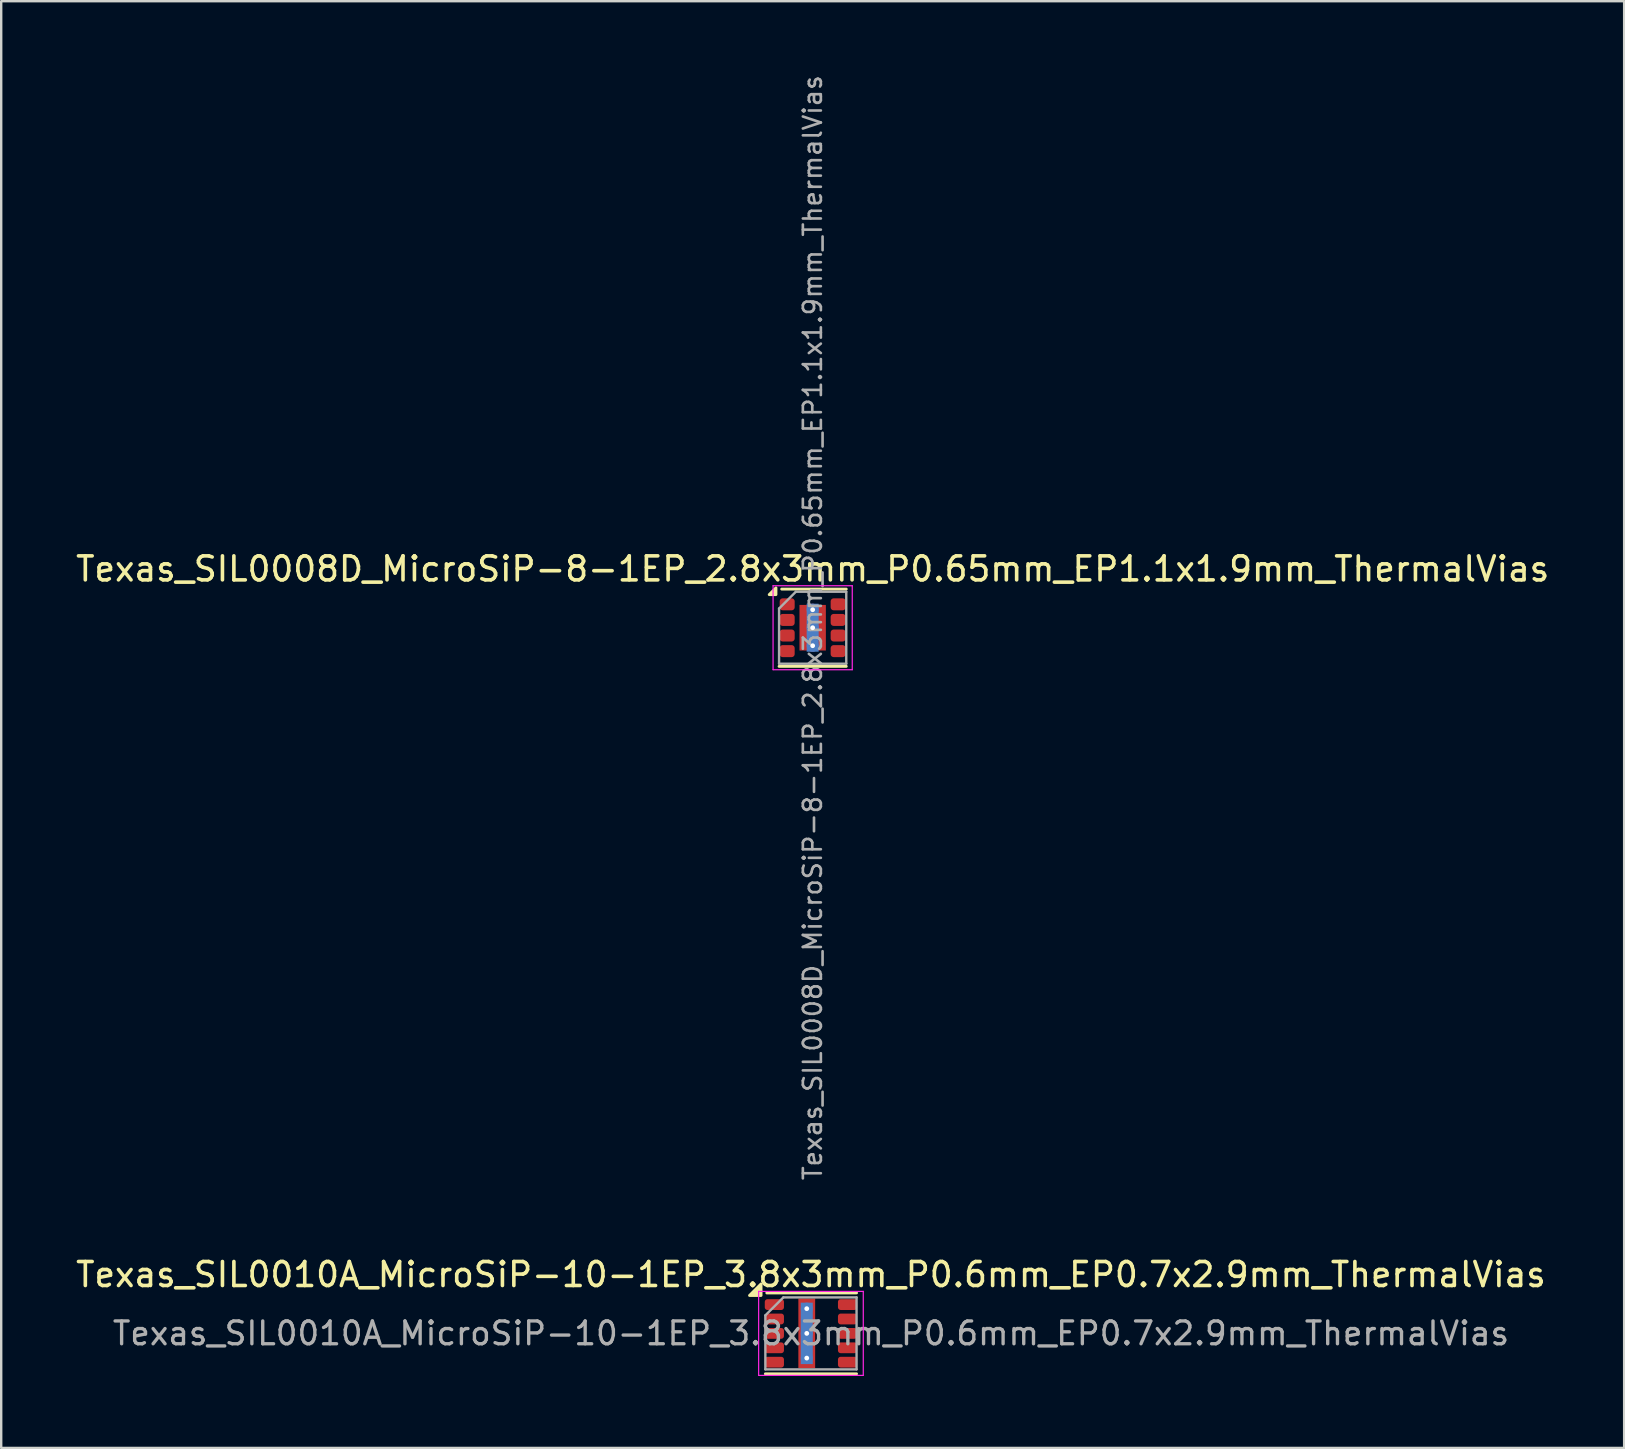
<source format=kicad_pcb>
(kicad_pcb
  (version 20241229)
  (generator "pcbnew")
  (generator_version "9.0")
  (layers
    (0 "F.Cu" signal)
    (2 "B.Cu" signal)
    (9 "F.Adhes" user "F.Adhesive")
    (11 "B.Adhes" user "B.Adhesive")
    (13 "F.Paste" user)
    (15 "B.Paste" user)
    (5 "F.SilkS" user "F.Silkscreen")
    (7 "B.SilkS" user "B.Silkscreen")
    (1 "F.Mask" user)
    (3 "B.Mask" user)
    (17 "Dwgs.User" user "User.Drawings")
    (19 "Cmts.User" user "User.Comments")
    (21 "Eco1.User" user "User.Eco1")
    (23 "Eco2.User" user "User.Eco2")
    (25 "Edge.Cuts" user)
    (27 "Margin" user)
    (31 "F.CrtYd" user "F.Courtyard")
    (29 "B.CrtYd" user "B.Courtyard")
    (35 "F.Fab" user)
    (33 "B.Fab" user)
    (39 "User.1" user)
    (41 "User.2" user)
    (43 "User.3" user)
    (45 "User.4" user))
  (footprint "Texas_SIL0010A_MicroSiP-10-1EP_3.8x3mm_P0.6mm_EP0.7x2.9mm_ThermalVias"
    (layer "F.Cu")
    (at 30.744 52.514)
    (property "Reference" "Texas_SIL0010A_MicroSiP-10-1EP_3.8x3mm_P0.6mm_EP0.7x2.9mm_ThermalVias" (at 0 -2.45 0) (layer "F.SilkS") (effects (font (size 1 1) (thickness 0.15))))
    (attr smd)
    (fp_line (start -1.9 1.685) (end 1.9 1.685) (stroke (width 0.12) (type solid)) (layer "F.SilkS"))
    (fp_line (start -1.84 -1.685) (end 1.9 -1.685) (stroke (width 0.12) (type solid)) (layer "F.SilkS"))
    (fp_poly (pts (xy -2.08 -1.58) (xy -2.56 -1.58) (xy -2.08 -2.06) (xy -2.08 -1.58)) (stroke (width 0.12) (type solid)) (fill yes) (layer "F.SilkS"))
    (fp_line (start -2.18 -1.75) (end -2.18 1.75) (stroke (width 0.05) (type solid)) (layer "F.CrtYd"))
    (fp_line (start -2.18 1.75) (end 2.18 1.75) (stroke (width 0.05) (type solid)) (layer "F.CrtYd"))
    (fp_line (start 2.18 -1.75) (end -2.18 -1.75) (stroke (width 0.05) (type solid)) (layer "F.CrtYd"))
    (fp_line (start 2.18 1.75) (end 2.18 -1.75) (stroke (width 0.05) (type solid)) (layer "F.CrtYd"))
    (fp_line (start -1.9 -0.75) (end -1.15 -1.5) (stroke (width 0.1) (type solid)) (layer "F.Fab"))
    (fp_line (start -1.9 1.5) (end -1.9 -0.75) (stroke (width 0.1) (type solid)) (layer "F.Fab"))
    (fp_line (start -1.15 -1.5) (end 1.9 -1.5) (stroke (width 0.1) (type solid)) (layer "F.Fab"))
    (fp_line (start 1.9 -1.5) (end 1.9 1.5) (stroke (width 0.1) (type solid)) (layer "F.Fab"))
    (fp_line (start 1.9 1.5) (end -1.9 1.5) (stroke (width 0.1) (type solid)) (layer "F.Fab"))
    (fp_text user "${REFERENCE}" (at 0 0 0) (layer "F.Fab") (effects (font (size 0.95 0.95) (thickness 0.14))))
    (pad "" smd roundrect (at -0.175 -0.97) (size 0.65 0.9) (layers "F.Paste") (roundrect_rratio 0.25))
    (pad "" smd roundrect (at -0.175 0) (size 0.65 0.9) (layers "F.Paste") (roundrect_rratio 0.25))
    (pad "" smd roundrect (at -0.175 0.97) (size 0.65 0.9) (layers "F.Paste") (roundrect_rratio 0.25))
    (pad "1" smd roundrect (at -1.525 -1.2) (size 0.8 0.45) (layers "F.Cu" "F.Mask" "F.Paste") (roundrect_rratio 0.25))
    (pad "2" smd roundrect (at -1.525 -0.6) (size 0.8 0.45) (layers "F.Cu" "F.Mask" "F.Paste") (roundrect_rratio 0.25))
    (pad "3" smd roundrect (at -1.525 0) (size 0.8 0.45) (layers "F.Cu" "F.Mask" "F.Paste") (roundrect_rratio 0.25))
    (pad "4" smd roundrect (at -1.525 0.6) (size 0.8 0.45) (layers "F.Cu" "F.Mask" "F.Paste") (roundrect_rratio 0.25))
    (pad "5" smd roundrect (at -1.525 1.2) (size 0.8 0.45) (layers "F.Cu" "F.Mask" "F.Paste") (roundrect_rratio 0.25))
    (pad "6" smd roundrect (at 1.525 1.2) (size 0.8 0.45) (layers "F.Cu" "F.Mask" "F.Paste") (roundrect_rratio 0.25))
    (pad "7" smd roundrect (at 1.525 0.6) (size 0.8 0.45) (layers "F.Cu" "F.Mask" "F.Paste") (roundrect_rratio 0.25))
    (pad "8" smd roundrect (at 1.525 0) (size 0.8 0.45) (layers "F.Cu" "F.Mask" "F.Paste") (roundrect_rratio 0.25))
    (pad "9" smd roundrect (at 1.525 -0.6) (size 0.8 0.45) (layers "F.Cu" "F.Mask" "F.Paste") (roundrect_rratio 0.25))
    (pad "10" smd roundrect (at 1.525 -1.2) (size 0.8 0.45) (layers "F.Cu" "F.Mask" "F.Paste") (roundrect_rratio 0.25))
    (pad "11" thru_hole circle (at -0.175 -1.03) (size 0.5 0.5) (drill 0.2) (property pad_prop_heatsink) (layers "*.Cu"))
    (pad "11" thru_hole circle (at -0.175 0) (size 0.5 0.5) (drill 0.2) (property pad_prop_heatsink) (layers "*.Cu"))
    (pad "11" smd rect (at -0.175 0) (size 0.5 2.56) (property pad_prop_heatsink) (layers "B.Cu"))
    (pad "11" smd rect (at -0.175 0) (size 0.7 2.9) (property pad_prop_heatsink) (layers "F.Cu" "F.Mask"))
    (pad "11" thru_hole circle (at -0.175 1.03) (size 0.5 0.5) (drill 0.2) (property pad_prop_heatsink) (layers "*.Cu")))
  (footprint "Texas_SIL0008D_MicroSiP-8-1EP_2.8x3mm_P0.65mm_EP1.1x1.9mm_ThermalVias"
    (layer "F.Cu")
    (at 30.815 23.108)
    (property "Reference" "Texas_SIL0008D_MicroSiP-8-1EP_2.8x3mm_P0.65mm_EP1.1x1.9mm_ThermalVias" (at 0 -2.45 0) (layer "F.SilkS") (effects (font (size 1 1) (thickness 0.15))))
    (attr smd)
    (fp_line (start -1.4 1.61) (end 1.4 1.61) (stroke (width 0.12) (type solid)) (layer "F.SilkS"))
    (fp_line (start -1.29 -1.61) (end 1.4 -1.61) (stroke (width 0.12) (type solid)) (layer "F.SilkS"))
    (fp_poly (pts (xy -1.53 -1.38) (xy -1.81 -1.38) (xy -1.53 -1.66) (xy -1.53 -1.38)) (stroke (width 0.12) (type solid)) (fill yes) (layer "F.SilkS"))
    (fp_line (start -1.65 -1.75) (end -1.65 1.75) (stroke (width 0.05) (type solid)) (layer "F.CrtYd"))
    (fp_line (start -1.65 1.75) (end 1.65 1.75) (stroke (width 0.05) (type solid)) (layer "F.CrtYd"))
    (fp_line (start 1.65 -1.75) (end -1.65 -1.75) (stroke (width 0.05) (type solid)) (layer "F.CrtYd"))
    (fp_line (start 1.65 1.75) (end 1.65 -1.75) (stroke (width 0.05) (type solid)) (layer "F.CrtYd"))
    (fp_line (start -1.4 -0.8) (end -0.7 -1.5) (stroke (width 0.1) (type solid)) (layer "F.Fab"))
    (fp_line (start -1.4 1.5) (end -1.4 -0.8) (stroke (width 0.1) (type solid)) (layer "F.Fab"))
    (fp_line (start -0.7 -1.5) (end 1.4 -1.5) (stroke (width 0.1) (type solid)) (layer "F.Fab"))
    (fp_line (start 1.4 -1.5) (end 1.4 1.5) (stroke (width 0.1) (type solid)) (layer "F.Fab"))
    (fp_line (start 1.4 1.5) (end -1.4 1.5) (stroke (width 0.1) (type solid)) (layer "F.Fab"))
    (fp_text user "${REFERENCE}" (at 0 0 90) (layer "F.Fab") (effects (font (size 0.75 0.75) (thickness 0.11))))
    (pad "" smd roundrect (at 0 -0.63) (size 0.95 0.55) (layers "F.Paste") (roundrect_rratio 0.25))
    (pad "" smd roundrect (at 0 0) (size 0.95 0.55) (layers "F.Paste") (roundrect_rratio 0.25))
    (pad "" smd roundrect (at 0 0.63) (size 0.95 0.55) (layers "F.Paste") (roundrect_rratio 0.25))
    (pad "1" smd roundrect (at -1.062 -0.975) (size 0.625 0.5) (layers "F.Cu" "F.Mask" "F.Paste") (roundrect_rratio 0.25))
    (pad "2" smd roundrect (at -1.062 -0.325) (size 0.625 0.5) (layers "F.Cu" "F.Mask" "F.Paste") (roundrect_rratio 0.25))
    (pad "3" smd roundrect (at -1.062 0.325) (size 0.625 0.5) (layers "F.Cu" "F.Mask" "F.Paste") (roundrect_rratio 0.25))
    (pad "4" smd roundrect (at -1.062 0.975) (size 0.625 0.5) (layers "F.Cu" "F.Mask" "F.Paste") (roundrect_rratio 0.25))
    (pad "5" smd roundrect (at 1.062 0.975) (size 0.625 0.5) (layers "F.Cu" "F.Mask" "F.Paste") (roundrect_rratio 0.25))
    (pad "6" smd roundrect (at 1.062 0.325) (size 0.625 0.5) (layers "F.Cu" "F.Mask" "F.Paste") (roundrect_rratio 0.25))
    (pad "7" smd roundrect (at 1.062 -0.325) (size 0.625 0.5) (layers "F.Cu" "F.Mask" "F.Paste") (roundrect_rratio 0.25))
    (pad "8" smd roundrect (at 1.062 -0.975) (size 0.625 0.5) (layers "F.Cu" "F.Mask" "F.Paste") (roundrect_rratio 0.25))
    (pad "9" thru_hole circle (at 0 -0.75) (size 0.5 0.5) (drill 0.2) (property pad_prop_heatsink) (layers "*.Cu"))
    (pad "9" thru_hole circle (at 0 0) (size 0.5 0.5) (drill 0.2) (property pad_prop_heatsink) (layers "*.Cu"))
    (pad "9" smd rect (at 0 0) (size 0.5 2) (property pad_prop_heatsink) (layers "B.Cu"))
    (pad "9" smd rect (at 0 0) (size 1.1 1.9) (property pad_prop_heatsink) (layers "F.Cu" "F.Mask"))
    (pad "9" thru_hole circle (at 0 0.75) (size 0.5 0.5) (drill 0.2) (property pad_prop_heatsink) (layers "*.Cu")))
  (gr_rect
    (start -3 -3)
    (end 64.631 57.289)
    (stroke (width 0.1) (type default))
    (fill no)
    (layer "Edge.Cuts")))
</source>
